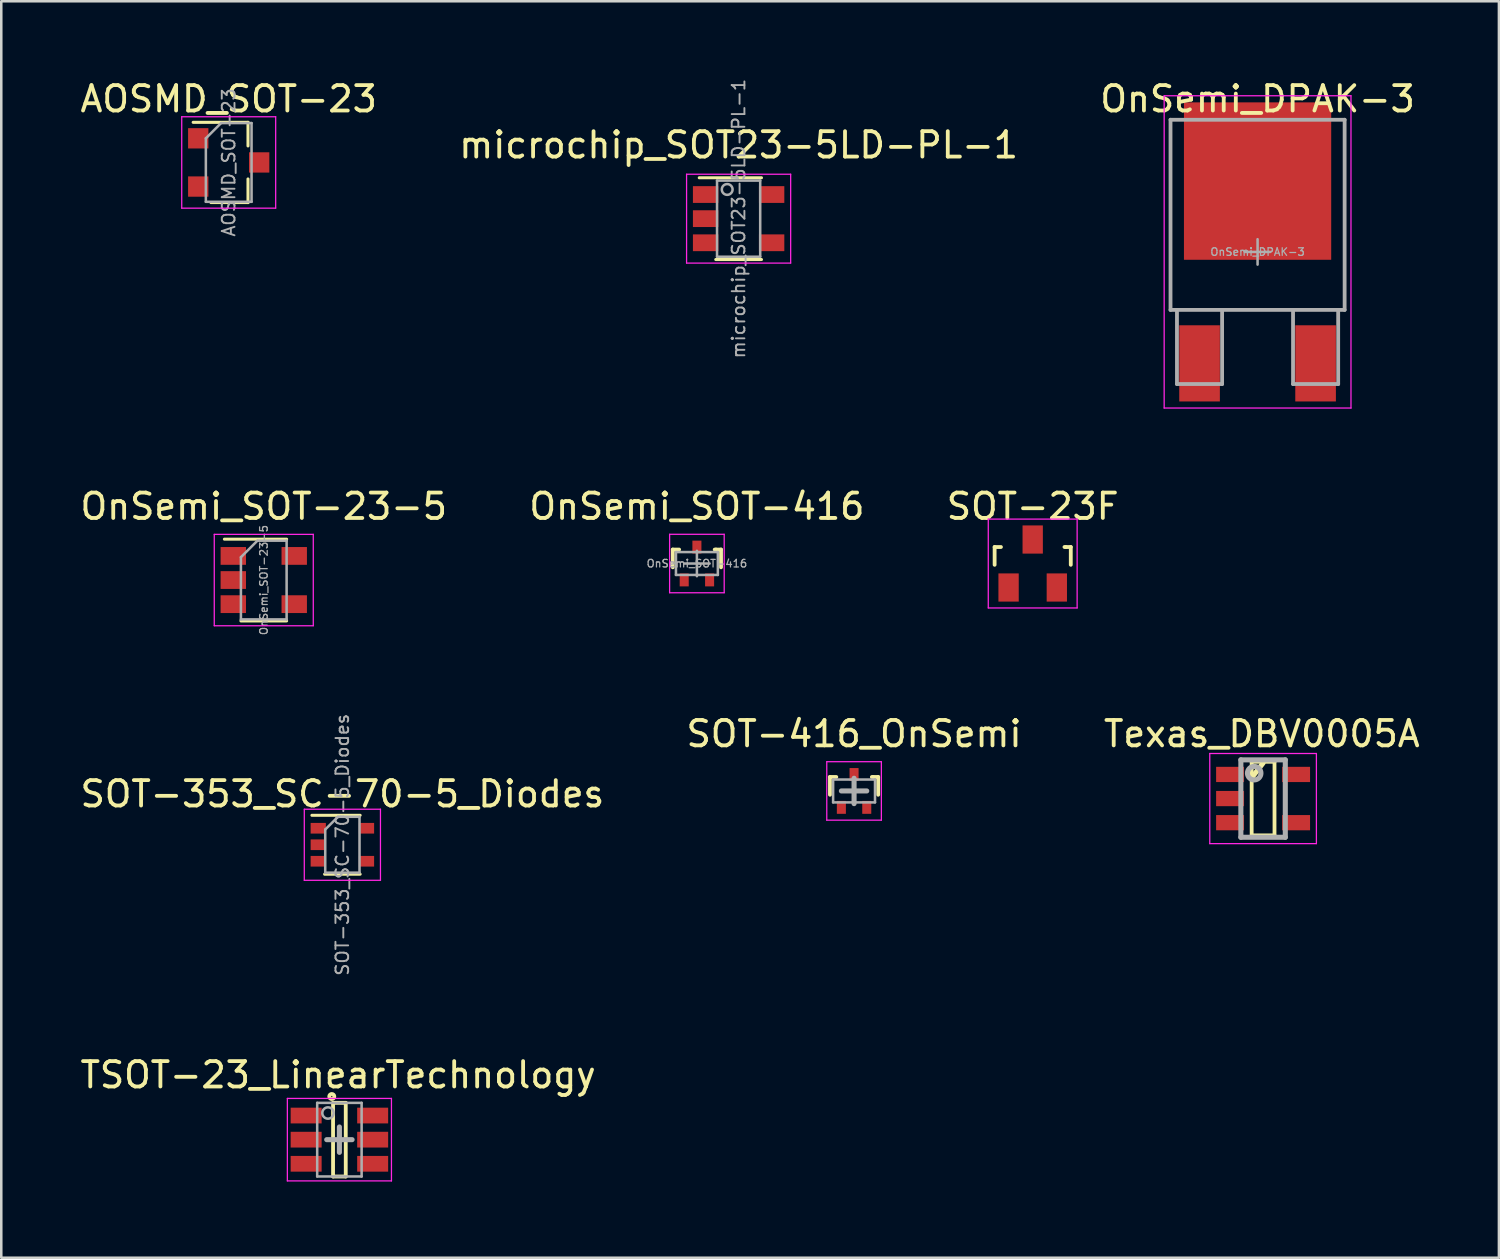
<source format=kicad_pcb>
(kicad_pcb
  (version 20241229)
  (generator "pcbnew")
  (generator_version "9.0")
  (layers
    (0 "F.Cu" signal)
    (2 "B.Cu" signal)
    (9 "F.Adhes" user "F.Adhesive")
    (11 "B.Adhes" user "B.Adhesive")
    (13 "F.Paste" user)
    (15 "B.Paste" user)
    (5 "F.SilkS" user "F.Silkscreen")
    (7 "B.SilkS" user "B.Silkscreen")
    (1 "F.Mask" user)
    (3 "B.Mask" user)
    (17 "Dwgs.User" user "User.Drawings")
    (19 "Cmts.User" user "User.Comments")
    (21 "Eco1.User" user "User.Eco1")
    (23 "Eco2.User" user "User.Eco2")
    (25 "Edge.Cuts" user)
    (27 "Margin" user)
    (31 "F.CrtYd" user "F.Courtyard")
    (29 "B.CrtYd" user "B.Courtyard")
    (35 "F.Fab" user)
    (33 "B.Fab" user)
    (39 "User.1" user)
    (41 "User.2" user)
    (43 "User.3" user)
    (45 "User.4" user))
  (footprint "SOT-416_OnSemi"
    (layer "F.Cu")
    (at 30.589 28.103)
    (property "Reference" "SOT-416_OnSemi" (at 0 -2.25 0) (layer "F.SilkS") (effects (font (size 1 1) (thickness 0.15))))
    (attr smd)
    (fp_line (start -0.95 -0.55) (end -0.7 -0.55) (stroke (width 0.15) (type solid)) (layer "F.SilkS"))
    (fp_line (start -0.95 0.15) (end -0.95 -0.55) (stroke (width 0.15) (type solid)) (layer "F.SilkS"))
    (fp_line (start 0.749 -0.55) (end 0.701 -0.55) (stroke (width 0.15) (type solid)) (layer "F.SilkS"))
    (fp_line (start 0.75 -0.55) (end 0.95 -0.55) (stroke (width 0.15) (type solid)) (layer "F.SilkS"))
    (fp_line (start 0.95 -0.55) (end 0.95 0.15) (stroke (width 0.15) (type solid)) (layer "F.SilkS"))
    (fp_line (start -1.075 -1.151) (end 1.075 -1.151) (stroke (width 0.05) (type solid)) (layer "F.CrtYd"))
    (fp_line (start -1.075 1.151) (end -1.075 -1.151) (stroke (width 0.05) (type solid)) (layer "F.CrtYd"))
    (fp_line (start 1.075 -1.151) (end 1.075 1.151) (stroke (width 0.05) (type solid)) (layer "F.CrtYd"))
    (fp_line (start 1.075 1.151) (end -1.075 1.151) (stroke (width 0.05) (type solid)) (layer "F.CrtYd"))
    (fp_line (start -0.825 -0.45) (end 0.825 -0.45) (stroke (width 0.1) (type solid)) (layer "F.Fab"))
    (fp_line (start -0.825 0.45) (end -0.825 -0.45) (stroke (width 0.1) (type solid)) (layer "F.Fab"))
    (fp_line (start -0.5 0) (end 0.5 0) (stroke (width 0.2) (type solid)) (layer "F.Fab"))
    (fp_line (start 0 -0.5) (end 0 0.5) (stroke (width 0.2) (type solid)) (layer "F.Fab"))
    (fp_line (start 0.825 -0.45) (end 0.825 0.45) (stroke (width 0.1) (type solid)) (layer "F.Fab"))
    (fp_line (start 0.825 0.45) (end -0.825 0.45) (stroke (width 0.1) (type solid)) (layer "F.Fab"))
    (pad "1" smd rect (at -0.5 0.647) (size 0.356 0.508) (layers "F.Cu" "F.Mask" "F.Paste"))
    (pad "2" smd rect (at 0.5 0.647) (size 0.356 0.508) (layers "F.Cu" "F.Mask" "F.Paste"))
    (pad "3" smd rect (at 0 -0.647) (size 0.356 0.508) (layers "F.Cu" "F.Mask" "F.Paste")))
  (footprint "SOT-353_SC-70-5_Diodes"
    (layer "F.Cu")
    (at 10.435 30.222)
    (property "Reference" "SOT-353_SC-70-5_Diodes" (at 0 -2 0) (layer "F.SilkS") (effects (font (size 1 1) (thickness 0.15))))
    (attr smd)
    (fp_line (start -0.7 1.16) (end 0.7 1.16) (stroke (width 0.12) (type solid)) (layer "F.SilkS"))
    (fp_line (start 0.7 -1.16) (end -1.2 -1.16) (stroke (width 0.12) (type solid)) (layer "F.SilkS"))
    (fp_line (start -1.5 -1.4) (end -1.5 1.4) (stroke (width 0.05) (type solid)) (layer "F.CrtYd"))
    (fp_line (start -1.5 -1.4) (end 1.5 -1.4) (stroke (width 0.05) (type solid)) (layer "F.CrtYd"))
    (fp_line (start -1.5 1.4) (end 1.5 1.4) (stroke (width 0.05) (type solid)) (layer "F.CrtYd"))
    (fp_line (start 1.5 1.4) (end 1.5 -1.4) (stroke (width 0.05) (type solid)) (layer "F.CrtYd"))
    (fp_line (start -0.675 -0.6) (end -0.675 1.1) (stroke (width 0.1) (type solid)) (layer "F.Fab"))
    (fp_line (start -0.175 -1.1) (end -0.675 -0.6) (stroke (width 0.1) (type solid)) (layer "F.Fab"))
    (fp_line (start 0.675 -1.1) (end -0.175 -1.1) (stroke (width 0.1) (type solid)) (layer "F.Fab"))
    (fp_line (start 0.675 -1.1) (end 0.675 1.1) (stroke (width 0.1) (type solid)) (layer "F.Fab"))
    (fp_line (start 0.675 1.1) (end -0.675 1.1) (stroke (width 0.1) (type solid)) (layer "F.Fab"))
    (fp_text user "${REFERENCE}" (at 0 0 90) (layer "F.Fab") (effects (font (size 0.5 0.5) (thickness 0.075))))
    (pad "1" smd rect (at -0.95 -0.65) (size 0.6 0.42) (layers "F.Cu" "F.Mask" "F.Paste"))
    (pad "2" smd rect (at -0.95 0) (size 0.6 0.42) (layers "F.Cu" "F.Mask" "F.Paste"))
    (pad "3" smd rect (at -0.95 0.65) (size 0.6 0.42) (layers "F.Cu" "F.Mask" "F.Paste"))
    (pad "4" smd rect (at 0.95 0.65) (size 0.6 0.42) (layers "F.Cu" "F.Mask" "F.Paste"))
    (pad "5" smd rect (at 0.95 -0.65) (size 0.6 0.42) (layers "F.Cu" "F.Mask" "F.Paste")))
  (footprint "OnSemi_DPAK-3"
    (layer "F.Cu")
    (at 46.482 6.872)
    (property "Reference" "OnSemi_DPAK-3" (at 0 -6.024 0) (layer "F.SilkS") (effects (font (size 1 1) (thickness 0.15))))
    (attr smd)
    (fp_line (start -3.679 -6.15) (end 3.679 -6.15) (stroke (width 0.05) (type solid)) (layer "F.CrtYd"))
    (fp_line (start -3.679 6.15) (end -3.679 -6.15) (stroke (width 0.05) (type solid)) (layer "F.CrtYd"))
    (fp_line (start 3.679 -6.15) (end 3.679 6.15) (stroke (width 0.05) (type solid)) (layer "F.CrtYd"))
    (fp_line (start 3.679 6.15) (end -3.679 6.15) (stroke (width 0.05) (type solid)) (layer "F.CrtYd"))
    (fp_line (start -3.429 -5.205) (end 3.429 -5.205) (stroke (width 0.15) (type solid)) (layer "F.Fab"))
    (fp_line (start -3.429 2.285) (end -3.429 -5.205) (stroke (width 0.15) (type solid)) (layer "F.Fab"))
    (fp_line (start -3.175 2.285) (end -3.175 5.205) (stroke (width 0.15) (type solid)) (layer "F.Fab"))
    (fp_line (start -3.175 5.205) (end -1.397 5.205) (stroke (width 0.15) (type solid)) (layer "F.Fab"))
    (fp_line (start -1.397 5.205) (end -1.397 2.285) (stroke (width 0.15) (type solid)) (layer "F.Fab"))
    (fp_line (start -0.5 0) (end 0.5 0) (stroke (width 0.1) (type solid)) (layer "F.Fab"))
    (fp_line (start 0 -0.5) (end 0 0.5) (stroke (width 0.1) (type solid)) (layer "F.Fab"))
    (fp_line (start 1.397 2.285) (end 1.397 5.205) (stroke (width 0.15) (type solid)) (layer "F.Fab"))
    (fp_line (start 1.397 5.205) (end 3.175 5.205) (stroke (width 0.15) (type solid)) (layer "F.Fab"))
    (fp_line (start 3.175 5.205) (end 3.175 2.285) (stroke (width 0.15) (type solid)) (layer "F.Fab"))
    (fp_line (start 3.429 -5.205) (end 3.429 2.285) (stroke (width 0.15) (type solid)) (layer "F.Fab"))
    (fp_line (start 3.429 2.285) (end -3.429 2.285) (stroke (width 0.15) (type solid)) (layer "F.Fab"))
    (fp_text user "${REFERENCE}" (at 0 0 0) (layer "F.Fab") (effects (font (size 0.3 0.3) (thickness 0.05))))
    (pad "1" smd rect (at -2.285 4.39) (size 1.6 3) (layers "F.Cu" "F.Mask" "F.Paste"))
    (pad "2" smd rect (at 0 -2.79) (size 5.8 6.2) (layers "F.Cu" "F.Mask" "F.Paste"))
    (pad "3" smd rect (at 2.285 4.39) (size 1.6 3) (layers "F.Cu" "F.Mask" "F.Paste")))
  (footprint "SOT-23F"
    (layer "F.Cu")
    (at 37.625 19.145)
    (property "Reference" "SOT-23F" (at 0 -2.25 0) (layer "F.SilkS") (effects (font (size 1 1) (thickness 0.15))))
    (attr smd)
    (fp_line (start -1.5 -0.65) (end -1.251 -0.65) (stroke (width 0.15) (type solid)) (layer "F.SilkS"))
    (fp_line (start -1.5 0.051) (end -1.5 -0.65) (stroke (width 0.15) (type solid)) (layer "F.SilkS"))
    (fp_line (start 1.299 -0.65) (end 1.251 -0.65) (stroke (width 0.15) (type solid)) (layer "F.SilkS"))
    (fp_line (start 1.299 -0.65) (end 1.5 -0.65) (stroke (width 0.15) (type solid)) (layer "F.SilkS"))
    (fp_line (start 1.5 -0.65) (end 1.5 0.051) (stroke (width 0.15) (type solid)) (layer "F.SilkS"))
    (fp_line (start -1.75 -1.75) (end 1.75 -1.75) (stroke (width 0.05) (type solid)) (layer "F.CrtYd"))
    (fp_line (start -1.75 1.75) (end -1.75 -1.75) (stroke (width 0.05) (type solid)) (layer "F.CrtYd"))
    (fp_line (start 1.75 -1.75) (end 1.75 1.75) (stroke (width 0.05) (type solid)) (layer "F.CrtYd"))
    (fp_line (start 1.75 1.75) (end -1.75 1.75) (stroke (width 0.05) (type solid)) (layer "F.CrtYd"))
    (pad "1" smd rect (at -0.95 0.945) (size 0.8 1.11) (layers "F.Cu" "F.Mask" "F.Paste"))
    (pad "2" smd rect (at 0.95 0.945) (size 0.8 1.11) (layers "F.Cu" "F.Mask" "F.Paste"))
    (pad "3" smd rect (at 0 -0.945) (size 0.8 1.11) (layers "F.Cu" "F.Mask" "F.Paste")))
  (footprint "Texas_DBV0005A"
    (layer "F.Cu")
    (at 46.699 28.403)
    (property "Reference" "Texas_DBV0005A" (at -0.05 -2.55 0) (layer "F.SilkS") (effects (font (size 1 1) (thickness 0.15))))
    (attr smd)
    (fp_line (start -0.45 -1.45) (end -0.45 1.45) (stroke (width 0.15) (type solid)) (layer "F.SilkS"))
    (fp_line (start -0.45 1.45) (end 0.45 1.45) (stroke (width 0.15) (type solid)) (layer "F.SilkS"))
    (fp_line (start -0.425 -0.85) (end 0 -1.4) (stroke (width 0.2) (type solid)) (layer "F.SilkS"))
    (fp_line (start 0.45 -1.45) (end -0.45 -1.45) (stroke (width 0.15) (type solid)) (layer "F.SilkS"))
    (fp_line (start 0.45 1.45) (end 0.45 -1.45) (stroke (width 0.15) (type solid)) (layer "F.SilkS"))
    (fp_line (start -2.1 -1.775) (end 2.1 -1.775) (stroke (width 0.05) (type solid)) (layer "F.CrtYd"))
    (fp_line (start -2.1 1.775) (end -2.1 -1.775) (stroke (width 0.05) (type solid)) (layer "F.CrtYd"))
    (fp_line (start 2.1 -1.775) (end 2.1 1.775) (stroke (width 0.05) (type solid)) (layer "F.CrtYd"))
    (fp_line (start 2.1 1.775) (end -2.1 1.775) (stroke (width 0.05) (type solid)) (layer "F.CrtYd"))
    (fp_line (start -0.875 -1.525) (end 0.875 -1.525) (stroke (width 0.2) (type solid)) (layer "F.Fab"))
    (fp_line (start -0.875 1.525) (end -0.875 -1.525) (stroke (width 0.2) (type solid)) (layer "F.Fab"))
    (fp_line (start 0.875 -1.525) (end 0.875 1.525) (stroke (width 0.2) (type solid)) (layer "F.Fab"))
    (fp_line (start 0.875 1.525) (end -0.875 1.525) (stroke (width 0.2) (type solid)) (layer "F.Fab"))
    (fp_circle (center -0.35 -1) (end -0.15 -0.825) (stroke (width 0.2) (type solid)) (fill no) (layer "F.Fab"))
    (pad "1" smd rect (at -1.3 -0.95) (size 1.1 0.6) (layers "F.Cu" "F.Mask" "F.Paste"))
    (pad "2" smd rect (at -1.3 0) (size 1.1 0.6) (layers "F.Cu" "F.Mask" "F.Paste"))
    (pad "3" smd rect (at -1.3 0.95) (size 1.1 0.6) (layers "F.Cu" "F.Mask" "F.Paste"))
    (pad "4" smd rect (at 1.3 0.95) (size 1.1 0.6) (layers "F.Cu" "F.Mask" "F.Paste"))
    (pad "5" smd rect (at 1.3 -0.95) (size 1.1 0.6) (layers "F.Cu" "F.Mask" "F.Paste")))
  (footprint "OnSemi_SOT-23-5"
    (layer "F.Cu")
    (at 7.339 19.796)
    (property "Reference" "OnSemi_SOT-23-5" (at 0 -2.9 0) (layer "F.SilkS") (effects (font (size 1 1) (thickness 0.15))))
    (attr smd)
    (fp_line (start -0.9 1.61) (end 0.9 1.61) (stroke (width 0.12) (type solid)) (layer "F.SilkS"))
    (fp_line (start 0.9 -1.61) (end -1.55 -1.61) (stroke (width 0.12) (type solid)) (layer "F.SilkS"))
    (fp_line (start -1.95 -1.8) (end 1.95 -1.8) (stroke (width 0.05) (type solid)) (layer "F.CrtYd"))
    (fp_line (start -1.95 1.8) (end -1.95 -1.8) (stroke (width 0.05) (type solid)) (layer "F.CrtYd"))
    (fp_line (start 1.95 -1.8) (end 1.95 1.8) (stroke (width 0.05) (type solid)) (layer "F.CrtYd"))
    (fp_line (start 1.95 1.8) (end -1.95 1.8) (stroke (width 0.05) (type solid)) (layer "F.CrtYd"))
    (fp_line (start -0.9 -0.9) (end -0.9 1.55) (stroke (width 0.1) (type solid)) (layer "F.Fab"))
    (fp_line (start -0.9 -0.9) (end -0.25 -1.55) (stroke (width 0.1) (type solid)) (layer "F.Fab"))
    (fp_line (start 0.9 -1.55) (end -0.25 -1.55) (stroke (width 0.1) (type solid)) (layer "F.Fab"))
    (fp_line (start 0.9 -1.55) (end 0.9 1.55) (stroke (width 0.1) (type solid)) (layer "F.Fab"))
    (fp_line (start 0.9 1.55) (end -0.9 1.55) (stroke (width 0.1) (type solid)) (layer "F.Fab"))
    (fp_text user "${REFERENCE}" (at 0 0 90) (layer "F.Fab") (effects (font (size 0.3 0.3) (thickness 0.05))))
    (pad "1" smd rect (at -1.2 -0.95) (size 1 0.7) (layers "F.Cu" "F.Mask" "F.Paste"))
    (pad "2" smd rect (at -1.2 0) (size 1 0.7) (layers "F.Cu" "F.Mask" "F.Paste"))
    (pad "3" smd rect (at -1.2 0.95) (size 1 0.7) (layers "F.Cu" "F.Mask" "F.Paste"))
    (pad "4" smd rect (at 1.2 0.95) (size 1 0.7) (layers "F.Cu" "F.Mask" "F.Paste"))
    (pad "5" smd rect (at 1.2 -0.95) (size 1 0.7) (layers "F.Cu" "F.Mask" "F.Paste")))
  (footprint "AOSMD_SOT-23"
    (layer "F.Cu")
    (at 5.958 3.348)
    (property "Reference" "AOSMD_SOT-23" (at 0 -2.5 0) (layer "F.SilkS") (effects (font (size 1 1) (thickness 0.15))))
    (attr smd)
    (fp_line (start 0.76 -1.58) (end -1.4 -1.58) (stroke (width 0.12) (type solid)) (layer "F.SilkS"))
    (fp_line (start 0.76 -1.58) (end 0.76 -0.65) (stroke (width 0.12) (type solid)) (layer "F.SilkS"))
    (fp_line (start 0.76 1.58) (end -0.7 1.58) (stroke (width 0.12) (type solid)) (layer "F.SilkS"))
    (fp_line (start 0.76 1.58) (end 0.76 0.65) (stroke (width 0.12) (type solid)) (layer "F.SilkS"))
    (fp_line (start -1.85 -1.8) (end 1.85 -1.8) (stroke (width 0.05) (type solid)) (layer "F.CrtYd"))
    (fp_line (start -1.85 1.8) (end -1.85 -1.8) (stroke (width 0.05) (type solid)) (layer "F.CrtYd"))
    (fp_line (start 1.85 -1.8) (end 1.85 1.8) (stroke (width 0.05) (type solid)) (layer "F.CrtYd"))
    (fp_line (start 1.85 1.8) (end -1.85 1.8) (stroke (width 0.05) (type solid)) (layer "F.CrtYd"))
    (fp_line (start -0.9 -0.95) (end -0.9 1.55) (stroke (width 0.1) (type solid)) (layer "F.Fab"))
    (fp_line (start -0.9 -0.95) (end -0.3 -1.55) (stroke (width 0.1) (type solid)) (layer "F.Fab"))
    (fp_line (start -0.9 1.55) (end 0.9 1.55) (stroke (width 0.1) (type solid)) (layer "F.Fab"))
    (fp_line (start -0.3 -1.55) (end 0.9 -1.55) (stroke (width 0.1) (type solid)) (layer "F.Fab"))
    (fp_line (start 0.9 -1.55) (end 0.9 1.55) (stroke (width 0.1) (type solid)) (layer "F.Fab"))
    (fp_text user "${REFERENCE}" (at 0 0 90) (layer "F.Fab") (effects (font (size 0.5 0.5) (thickness 0.075))))
    (pad "1" smd rect (at -1.2 -0.95) (size 0.8 0.8) (layers "F.Cu" "F.Mask" "F.Paste"))
    (pad "2" smd rect (at -1.2 0.95) (size 0.8 0.8) (layers "F.Cu" "F.Mask" "F.Paste"))
    (pad "3" smd rect (at 1.2 0) (size 0.8 0.8) (layers "F.Cu" "F.Mask" "F.Paste")))
  (footprint "microchip_SOT23-5LD-PL-1"
    (layer "F.Cu")
    (at 26.042 5.562)
    (property "Reference" "microchip_SOT23-5LD-PL-1" (at 0 -2.9 0) (layer "F.SilkS") (effects (font (size 1 1) (thickness 0.15))))
    (attr smd)
    (fp_line (start -0.9 1.61) (end 0.9 1.61) (stroke (width 0.12) (type solid)) (layer "F.SilkS"))
    (fp_line (start 0.9 -1.61) (end -1.55 -1.61) (stroke (width 0.12) (type solid)) (layer "F.SilkS"))
    (fp_line (start -2.05 -1.75) (end 2.05 -1.75) (stroke (width 0.05) (type solid)) (layer "F.CrtYd"))
    (fp_line (start -2.05 1.75) (end -2.05 -1.75) (stroke (width 0.05) (type solid)) (layer "F.CrtYd"))
    (fp_line (start 2.05 -1.75) (end 2.05 1.75) (stroke (width 0.05) (type solid)) (layer "F.CrtYd"))
    (fp_line (start 2.05 1.75) (end -2.05 1.75) (stroke (width 0.05) (type solid)) (layer "F.CrtYd"))
    (fp_line (start -0.85 1.5) (end -0.85 -1.5) (stroke (width 0.1) (type solid)) (layer "F.Fab"))
    (fp_line (start 0.85 -1.5) (end -0.85 -1.5) (stroke (width 0.1) (type solid)) (layer "F.Fab"))
    (fp_line (start 0.85 -1.5) (end 0.85 1.5) (stroke (width 0.1) (type solid)) (layer "F.Fab"))
    (fp_line (start 0.85 1.5) (end -0.85 1.5) (stroke (width 0.1) (type solid)) (layer "F.Fab"))
    (fp_circle (center -0.45 -1.15) (end -0.238 -1.15) (stroke (width 0.1) (type solid)) (fill no) (layer "F.Fab"))
    (fp_text user "${REFERENCE}" (at 0 0 90) (layer "F.Fab") (effects (font (size 0.5 0.5) (thickness 0.075))))
    (pad "1" smd rect (at -1.3 -0.95) (size 1 0.66) (layers "F.Cu" "F.Mask" "F.Paste"))
    (pad "2" smd rect (at -1.3 0) (size 1 0.66) (layers "F.Cu" "F.Mask" "F.Paste"))
    (pad "3" smd rect (at -1.3 0.95) (size 1 0.66) (layers "F.Cu" "F.Mask" "F.Paste"))
    (pad "4" smd rect (at 1.3 0.95) (size 1 0.66) (layers "F.Cu" "F.Mask" "F.Paste"))
    (pad "5" smd rect (at 1.3 -0.95) (size 1 0.66) (layers "F.Cu" "F.Mask" "F.Paste")))
  (footprint "TSOT-23_LinearTechnology"
    (layer "F.Cu")
    (at 10.318 41.838)
    (property "Reference" "TSOT-23_LinearTechnology" (at -0.05 -2.55 0) (layer "F.SilkS") (effects (font (size 1 1) (thickness 0.15))))
    (attr smd)
    (fp_line (start -0.25 -1.45) (end -0.25 1.45) (stroke (width 0.15) (type solid)) (layer "F.SilkS"))
    (fp_line (start -0.25 1.45) (end 0.25 1.45) (stroke (width 0.15) (type solid)) (layer "F.SilkS"))
    (fp_line (start 0.25 -1.45) (end -0.25 -1.45) (stroke (width 0.15) (type solid)) (layer "F.SilkS"))
    (fp_line (start 0.25 1.45) (end 0.25 -1.45) (stroke (width 0.15) (type solid)) (layer "F.SilkS"))
    (fp_circle (center -0.3 -1.7) (end -0.2 -1.7) (stroke (width 0.15) (type solid)) (fill no) (layer "F.SilkS"))
    (fp_line (start -2.05 -1.625) (end 2.05 -1.625) (stroke (width 0.05) (type solid)) (layer "F.CrtYd"))
    (fp_line (start -2.05 1.625) (end -2.05 -1.625) (stroke (width 0.05) (type solid)) (layer "F.CrtYd"))
    (fp_line (start 2.05 -1.625) (end 2.05 1.625) (stroke (width 0.05) (type solid)) (layer "F.CrtYd"))
    (fp_line (start 2.05 1.625) (end -2.05 1.625) (stroke (width 0.05) (type solid)) (layer "F.CrtYd"))
    (fp_line (start -0.875 -1.45) (end -0.875 1.45) (stroke (width 0.1) (type solid)) (layer "F.Fab"))
    (fp_line (start -0.875 1.45) (end 0.875 1.45) (stroke (width 0.1) (type solid)) (layer "F.Fab"))
    (fp_line (start -0.5 0) (end 0.5 0) (stroke (width 0.2) (type solid)) (layer "F.Fab"))
    (fp_line (start 0 -0.5) (end 0 0.5) (stroke (width 0.2) (type solid)) (layer "F.Fab"))
    (fp_line (start 0.875 -1.45) (end -0.875 -1.45) (stroke (width 0.1) (type solid)) (layer "F.Fab"))
    (fp_line (start 0.875 1.45) (end 0.875 -1.45) (stroke (width 0.1) (type solid)) (layer "F.Fab"))
    (fp_circle (center -0.45 -1.05) (end -0.35 -0.85) (stroke (width 0.1) (type solid)) (fill no) (layer "F.Fab"))
    (pad "1" smd rect (at -1.31 -0.95) (size 1.22 0.62) (layers "F.Cu" "F.Mask" "F.Paste"))
    (pad "2" smd rect (at -1.31 0) (size 1.22 0.62) (layers "F.Cu" "F.Mask" "F.Paste"))
    (pad "3" smd rect (at -1.31 0.95) (size 1.22 0.62) (layers "F.Cu" "F.Mask" "F.Paste"))
    (pad "4" smd rect (at 1.31 0.95) (size 1.22 0.62) (layers "F.Cu" "F.Mask" "F.Paste"))
    (pad "5" smd rect (at 1.31 0) (size 1.22 0.62) (layers "F.Cu" "F.Mask" "F.Paste"))
    (pad "6" smd rect (at 1.31 -0.95) (size 1.22 0.62) (layers "F.Cu" "F.Mask" "F.Paste")))
  (footprint "OnSemi_SOT-416"
    (layer "F.Cu")
    (at 24.399 19.145)
    (property "Reference" "OnSemi_SOT-416" (at 0 -2.25 0) (layer "F.SilkS") (effects (font (size 1 1) (thickness 0.15))))
    (attr smd)
    (fp_line (start -0.95 -0.55) (end -0.7 -0.55) (stroke (width 0.15) (type solid)) (layer "F.SilkS"))
    (fp_line (start -0.95 0.15) (end -0.95 -0.55) (stroke (width 0.15) (type solid)) (layer "F.SilkS"))
    (fp_line (start 0.749 -0.55) (end 0.701 -0.55) (stroke (width 0.15) (type solid)) (layer "F.SilkS"))
    (fp_line (start 0.75 -0.55) (end 0.95 -0.55) (stroke (width 0.15) (type solid)) (layer "F.SilkS"))
    (fp_line (start 0.95 -0.55) (end 0.95 0.15) (stroke (width 0.15) (type solid)) (layer "F.SilkS"))
    (fp_line (start -1.075 -1.151) (end 1.075 -1.151) (stroke (width 0.05) (type solid)) (layer "F.CrtYd"))
    (fp_line (start -1.075 1.151) (end -1.075 -1.151) (stroke (width 0.05) (type solid)) (layer "F.CrtYd"))
    (fp_line (start 1.075 -1.151) (end 1.075 1.151) (stroke (width 0.05) (type solid)) (layer "F.CrtYd"))
    (fp_line (start 1.075 1.151) (end -1.075 1.151) (stroke (width 0.05) (type solid)) (layer "F.CrtYd"))
    (fp_line (start -0.825 -0.45) (end 0.825 -0.45) (stroke (width 0.1) (type solid)) (layer "F.Fab"))
    (fp_line (start -0.825 0.45) (end -0.825 -0.45) (stroke (width 0.1) (type solid)) (layer "F.Fab"))
    (fp_line (start -0.5 0) (end 0.5 0) (stroke (width 0.1) (type solid)) (layer "F.Fab"))
    (fp_line (start 0 -0.5) (end 0 0.5) (stroke (width 0.1) (type solid)) (layer "F.Fab"))
    (fp_line (start 0.825 -0.45) (end 0.825 0.45) (stroke (width 0.1) (type solid)) (layer "F.Fab"))
    (fp_line (start 0.825 0.45) (end -0.825 0.45) (stroke (width 0.1) (type solid)) (layer "F.Fab"))
    (fp_text user "${REFERENCE}" (at 0 0 0) (layer "F.Fab") (effects (font (size 0.3 0.3) (thickness 0.05))))
    (pad "1" smd rect (at -0.5 0.647) (size 0.356 0.508) (layers "F.Cu" "F.Mask" "F.Paste"))
    (pad "2" smd rect (at 0.5 0.647) (size 0.356 0.508) (layers "F.Cu" "F.Mask" "F.Paste"))
    (pad "3" smd rect (at 0 -0.647) (size 0.356 0.508) (layers "F.Cu" "F.Mask" "F.Paste")))
  (gr_rect
    (start -3 -3)
    (end 55.988 46.488)
    (stroke (width 0.1) (type default))
    (fill no)
    (layer "Edge.Cuts")))
</source>
